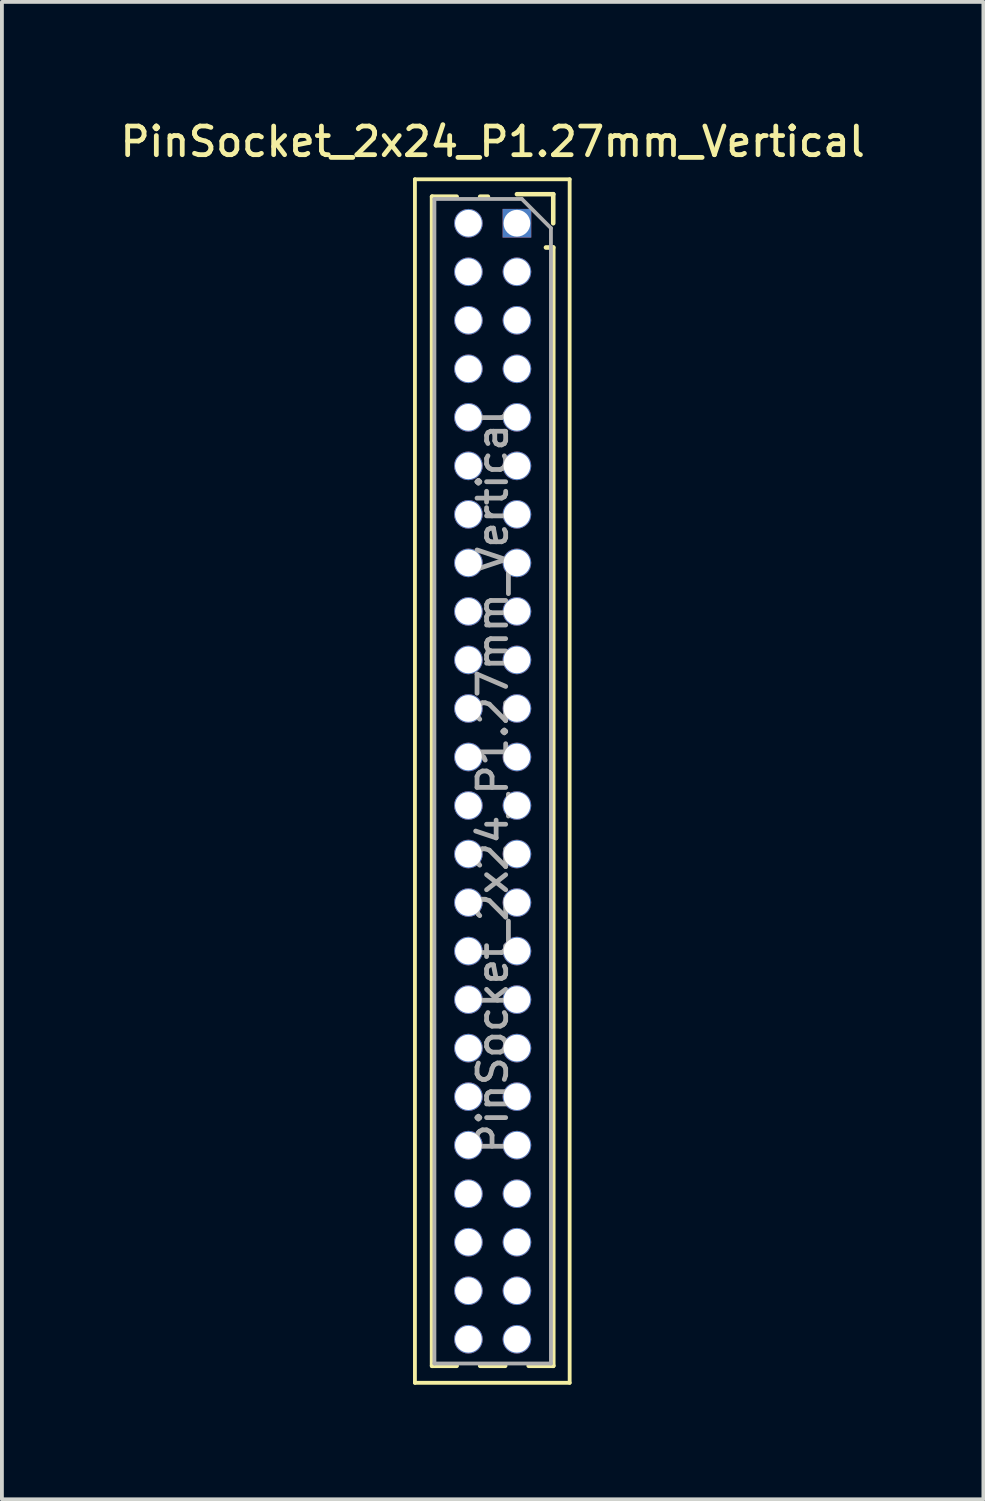
<source format=kicad_pcb>
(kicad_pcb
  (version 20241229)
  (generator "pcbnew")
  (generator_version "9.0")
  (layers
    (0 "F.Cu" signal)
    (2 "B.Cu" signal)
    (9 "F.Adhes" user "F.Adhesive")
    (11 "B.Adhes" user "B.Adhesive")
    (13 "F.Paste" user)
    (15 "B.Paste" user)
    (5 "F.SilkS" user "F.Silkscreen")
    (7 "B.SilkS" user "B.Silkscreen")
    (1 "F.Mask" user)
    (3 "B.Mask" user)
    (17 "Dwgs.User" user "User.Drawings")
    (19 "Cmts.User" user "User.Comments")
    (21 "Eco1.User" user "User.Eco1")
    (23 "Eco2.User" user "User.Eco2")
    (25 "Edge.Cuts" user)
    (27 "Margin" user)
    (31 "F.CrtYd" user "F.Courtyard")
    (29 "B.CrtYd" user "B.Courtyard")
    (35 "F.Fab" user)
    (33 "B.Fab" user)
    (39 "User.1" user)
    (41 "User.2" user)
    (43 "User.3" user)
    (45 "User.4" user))
  (footprint "PinSocket_2x24_P1.27mm_Vertical"
    (layer "F.Cu")
    (at 10.48 2.793)
    (property "Reference" "PinSocket_2x24_P1.27mm_Vertical" (at -0.635 -2.135 0) (layer "F.SilkS") (effects (font (size 0.75 0.75) (thickness 0.125))))
    (attr through_hole)
    (fp_line (start -2.67 -1.15) (end 1.38 -1.15) (stroke (width 0.1) (type solid)) (layer "F.SilkS"))
    (fp_line (start -2.67 30.35) (end -2.67 -1.15) (stroke (width 0.1) (type solid)) (layer "F.SilkS"))
    (fp_line (start -2.22 -0.695) (end -2.22 29.905) (stroke (width 0.12) (type solid)) (layer "F.SilkS"))
    (fp_line (start -2.22 -0.695) (end -1.578 -0.695) (stroke (width 0.12) (type solid)) (layer "F.SilkS"))
    (fp_line (start -2.22 29.905) (end -1.578 29.905) (stroke (width 0.12) (type solid)) (layer "F.SilkS"))
    (fp_line (start -0.962 -0.695) (end -0.76 -0.695) (stroke (width 0.12) (type solid)) (layer "F.SilkS"))
    (fp_line (start -0.962 29.905) (end -0.308 29.905) (stroke (width 0.12) (type solid)) (layer "F.SilkS"))
    (fp_line (start 0 -0.76) (end 0.95 -0.76) (stroke (width 0.12) (type solid)) (layer "F.SilkS"))
    (fp_line (start 0.308 29.905) (end 0.95 29.905) (stroke (width 0.12) (type solid)) (layer "F.SilkS"))
    (fp_line (start 0.76 0.635) (end 0.95 0.635) (stroke (width 0.12) (type solid)) (layer "F.SilkS"))
    (fp_line (start 0.95 -0.76) (end 0.95 0) (stroke (width 0.12) (type solid)) (layer "F.SilkS"))
    (fp_line (start 0.95 0.635) (end 0.95 29.905) (stroke (width 0.12) (type solid)) (layer "F.SilkS"))
    (fp_line (start 1.38 -1.15) (end 1.38 30.35) (stroke (width 0.1) (type solid)) (layer "F.SilkS"))
    (fp_line (start 1.38 30.35) (end -2.67 30.35) (stroke (width 0.1) (type solid)) (layer "F.SilkS"))
    (fp_line (start -2.16 -0.635) (end 0.128 -0.635) (stroke (width 0.1) (type solid)) (layer "F.Fab"))
    (fp_line (start -2.16 29.845) (end -2.16 -0.635) (stroke (width 0.1) (type solid)) (layer "F.Fab"))
    (fp_line (start 0.128 -0.635) (end 0.89 0.128) (stroke (width 0.1) (type solid)) (layer "F.Fab"))
    (fp_line (start 0.89 0.128) (end 0.89 29.845) (stroke (width 0.1) (type solid)) (layer "F.Fab"))
    (fp_line (start 0.89 29.845) (end -2.16 29.845) (stroke (width 0.1) (type solid)) (layer "F.Fab"))
    (fp_text user "${REFERENCE}" (at -0.635 14.605 90) (layer "F.Fab") (effects (font (size 0.75 0.75) (thickness 0.125))))
    (pad "1" thru_hole rect (at 0 0) (size 0.75 0.75) (drill 0.7) (layers "*.Cu" "*.Mask"))
    (pad "2" thru_hole oval (at -1.27 0) (size 0.75 0.75) (drill 0.7) (layers "*.Cu" "*.Mask"))
    (pad "3" thru_hole oval (at 0 1.27) (size 0.75 0.75) (drill 0.7) (layers "*.Cu" "*.Mask"))
    (pad "4" thru_hole oval (at -1.27 1.27) (size 0.75 0.75) (drill 0.7) (layers "*.Cu" "*.Mask"))
    (pad "5" thru_hole oval (at 0 2.54) (size 0.75 0.75) (drill 0.7) (layers "*.Cu" "*.Mask"))
    (pad "6" thru_hole oval (at -1.27 2.54) (size 0.75 0.75) (drill 0.7) (layers "*.Cu" "*.Mask"))
    (pad "7" thru_hole oval (at 0 3.81) (size 0.75 0.75) (drill 0.7) (layers "*.Cu" "*.Mask"))
    (pad "8" thru_hole oval (at -1.27 3.81) (size 0.75 0.75) (drill 0.7) (layers "*.Cu" "*.Mask"))
    (pad "9" thru_hole oval (at 0 5.08) (size 0.75 0.75) (drill 0.7) (layers "*.Cu" "*.Mask"))
    (pad "10" thru_hole oval (at -1.27 5.08) (size 0.75 0.75) (drill 0.7) (layers "*.Cu" "*.Mask"))
    (pad "11" thru_hole oval (at 0 6.35) (size 0.75 0.75) (drill 0.7) (layers "*.Cu" "*.Mask"))
    (pad "12" thru_hole oval (at -1.27 6.35) (size 0.75 0.75) (drill 0.7) (layers "*.Cu" "*.Mask"))
    (pad "13" thru_hole oval (at 0 7.62) (size 0.75 0.75) (drill 0.7) (layers "*.Cu" "*.Mask"))
    (pad "14" thru_hole oval (at -1.27 7.62) (size 0.75 0.75) (drill 0.7) (layers "*.Cu" "*.Mask"))
    (pad "15" thru_hole oval (at 0 8.89) (size 0.75 0.75) (drill 0.7) (layers "*.Cu" "*.Mask"))
    (pad "16" thru_hole oval (at -1.27 8.89) (size 0.75 0.75) (drill 0.7) (layers "*.Cu" "*.Mask"))
    (pad "17" thru_hole oval (at 0 10.16) (size 0.75 0.75) (drill 0.7) (layers "*.Cu" "*.Mask"))
    (pad "18" thru_hole oval (at -1.27 10.16) (size 0.75 0.75) (drill 0.7) (layers "*.Cu" "*.Mask"))
    (pad "19" thru_hole oval (at 0 11.43) (size 0.75 0.75) (drill 0.7) (layers "*.Cu" "*.Mask"))
    (pad "20" thru_hole oval (at -1.27 11.43) (size 0.75 0.75) (drill 0.7) (layers "*.Cu" "*.Mask"))
    (pad "21" thru_hole oval (at 0 12.7) (size 0.75 0.75) (drill 0.7) (layers "*.Cu" "*.Mask"))
    (pad "22" thru_hole oval (at -1.27 12.7) (size 0.75 0.75) (drill 0.7) (layers "*.Cu" "*.Mask"))
    (pad "23" thru_hole oval (at 0 13.97) (size 0.75 0.75) (drill 0.7) (layers "*.Cu" "*.Mask"))
    (pad "24" thru_hole oval (at -1.27 13.97) (size 0.75 0.75) (drill 0.7) (layers "*.Cu" "*.Mask"))
    (pad "25" thru_hole oval (at 0 15.24) (size 0.75 0.75) (drill 0.7) (layers "*.Cu" "*.Mask"))
    (pad "26" thru_hole oval (at -1.27 15.24) (size 0.75 0.75) (drill 0.7) (layers "*.Cu" "*.Mask"))
    (pad "27" thru_hole oval (at 0 16.51) (size 0.75 0.75) (drill 0.7) (layers "*.Cu" "*.Mask"))
    (pad "28" thru_hole oval (at -1.27 16.51) (size 0.75 0.75) (drill 0.7) (layers "*.Cu" "*.Mask"))
    (pad "29" thru_hole oval (at 0 17.78) (size 0.75 0.75) (drill 0.7) (layers "*.Cu" "*.Mask"))
    (pad "30" thru_hole oval (at -1.27 17.78) (size 0.75 0.75) (drill 0.7) (layers "*.Cu" "*.Mask"))
    (pad "31" thru_hole oval (at 0 19.05) (size 0.75 0.75) (drill 0.7) (layers "*.Cu" "*.Mask"))
    (pad "32" thru_hole oval (at -1.27 19.05) (size 0.75 0.75) (drill 0.7) (layers "*.Cu" "*.Mask"))
    (pad "33" thru_hole oval (at 0 20.32) (size 0.75 0.75) (drill 0.7) (layers "*.Cu" "*.Mask"))
    (pad "34" thru_hole oval (at -1.27 20.32) (size 0.75 0.75) (drill 0.7) (layers "*.Cu" "*.Mask"))
    (pad "35" thru_hole oval (at 0 21.59) (size 0.75 0.75) (drill 0.7) (layers "*.Cu" "*.Mask"))
    (pad "36" thru_hole oval (at -1.27 21.59) (size 0.75 0.75) (drill 0.7) (layers "*.Cu" "*.Mask"))
    (pad "37" thru_hole oval (at 0 22.86) (size 0.75 0.75) (drill 0.7) (layers "*.Cu" "*.Mask"))
    (pad "38" thru_hole oval (at -1.27 22.86) (size 0.75 0.75) (drill 0.7) (layers "*.Cu" "*.Mask"))
    (pad "39" thru_hole oval (at 0 24.13) (size 0.75 0.75) (drill 0.7) (layers "*.Cu" "*.Mask"))
    (pad "40" thru_hole oval (at -1.27 24.13) (size 0.75 0.75) (drill 0.7) (layers "*.Cu" "*.Mask"))
    (pad "41" thru_hole oval (at 0 25.4) (size 0.75 0.75) (drill 0.7) (layers "*.Cu" "*.Mask"))
    (pad "42" thru_hole oval (at -1.27 25.4) (size 0.75 0.75) (drill 0.7) (layers "*.Cu" "*.Mask"))
    (pad "43" thru_hole oval (at 0 26.67) (size 0.75 0.75) (drill 0.7) (layers "*.Cu" "*.Mask"))
    (pad "44" thru_hole oval (at -1.27 26.67) (size 0.75 0.75) (drill 0.7) (layers "*.Cu" "*.Mask"))
    (pad "45" thru_hole oval (at 0 27.94) (size 0.75 0.75) (drill 0.7) (layers "*.Cu" "*.Mask"))
    (pad "46" thru_hole oval (at -1.27 27.94) (size 0.75 0.75) (drill 0.7) (layers "*.Cu" "*.Mask"))
    (pad "47" thru_hole oval (at 0 29.21) (size 0.75 0.75) (drill 0.7) (layers "*.Cu" "*.Mask"))
    (pad "48" thru_hole oval (at -1.27 29.21) (size 0.75 0.75) (drill 0.7) (layers "*.Cu" "*.Mask")))
  (gr_rect
    (start -3 -3)
    (end 22.689 36.193)
    (stroke (width 0.1) (type default))
    (fill no)
    (layer "Edge.Cuts")))
</source>
